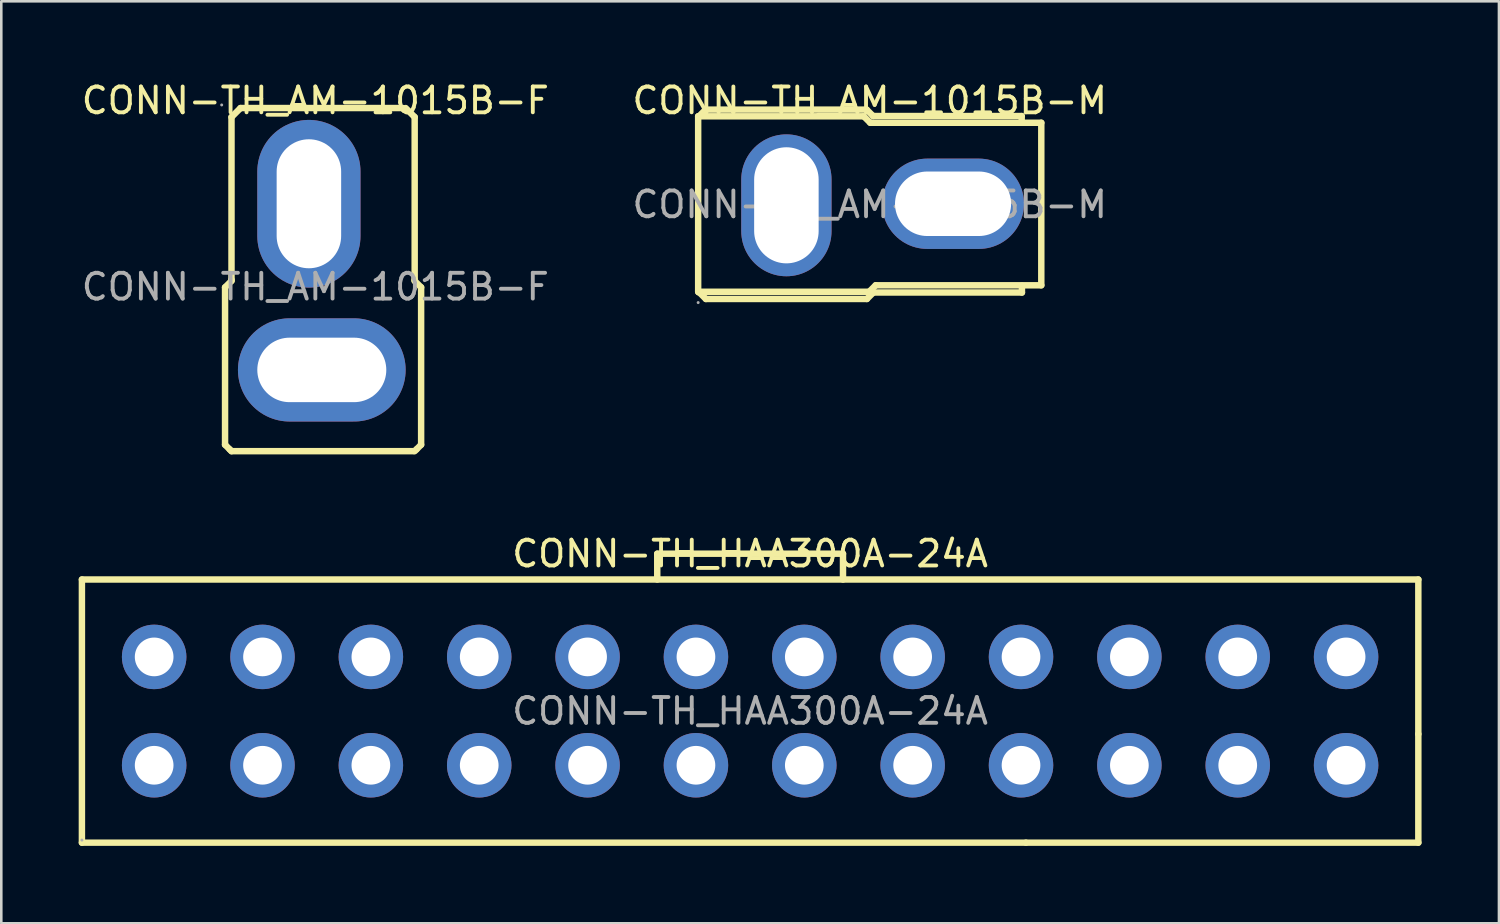
<source format=kicad_pcb>
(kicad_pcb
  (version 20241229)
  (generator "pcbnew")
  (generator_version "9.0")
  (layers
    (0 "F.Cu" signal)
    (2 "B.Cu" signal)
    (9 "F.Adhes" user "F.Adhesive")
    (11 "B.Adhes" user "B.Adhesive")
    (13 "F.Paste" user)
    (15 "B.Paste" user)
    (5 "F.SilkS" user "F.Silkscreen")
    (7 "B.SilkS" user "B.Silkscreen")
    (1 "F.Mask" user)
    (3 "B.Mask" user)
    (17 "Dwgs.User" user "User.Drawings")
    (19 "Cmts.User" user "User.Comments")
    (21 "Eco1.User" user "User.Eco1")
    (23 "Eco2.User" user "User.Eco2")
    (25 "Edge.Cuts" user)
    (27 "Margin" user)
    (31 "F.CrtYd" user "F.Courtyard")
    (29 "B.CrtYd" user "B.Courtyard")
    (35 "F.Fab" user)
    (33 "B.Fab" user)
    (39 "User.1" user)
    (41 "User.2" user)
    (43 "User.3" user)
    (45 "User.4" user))
  (footprint "CONN-TH_HAA300A-24A"
    (layer "F.Cu")
    (at 26.025 24.512)
    (property "Reference" "CONN-TH_HAA300A-24A" (at 0 -6.1 0) (layer "F.SilkS") (effects (font (size 1 1) (thickness 0.15))))
    (attr through_hole)
    (fp_line (start -25.9 -5.1) (end 25.9 -5.1) (stroke (width 0.25) (type solid)) (layer "F.SilkS"))
    (fp_line (start -25.9 5.1) (end -25.9 -5.1) (stroke (width 0.25) (type solid)) (layer "F.SilkS"))
    (fp_line (start -3.6 -6.1) (end 3.6 -6.1) (stroke (width 0.25) (type solid)) (layer "F.SilkS"))
    (fp_line (start -3.6 -5.1) (end -3.6 -6.1) (stroke (width 0.25) (type solid)) (layer "F.SilkS"))
    (fp_line (start 3.6 -6.1) (end 3.6 -5.1) (stroke (width 0.25) (type solid)) (layer "F.SilkS"))
    (fp_line (start 10.69 5.1) (end -25.9 5.1) (stroke (width 0.25) (type solid)) (layer "F.SilkS"))
    (fp_line (start 25.9 -5.1) (end 25.9 0.89) (stroke (width 0.25) (type solid)) (layer "F.SilkS"))
    (fp_line (start 25.9 0.89) (end 25.9 5.1) (stroke (width 0.25) (type solid)) (layer "F.SilkS"))
    (fp_line (start 25.9 5.1) (end 10.69 5.1) (stroke (width 0.25) (type solid)) (layer "F.SilkS"))
    (fp_circle (center -25.9 5) (end -25.87 5) (stroke (width 0.06) (type solid)) (fill no) (layer "F.Fab"))
    (fp_text user "${REFERENCE}" (at 0 0 0) (layer "F.Fab") (effects (font (size 1 1) (thickness 0.15))))
    (pad "1" thru_hole circle (at -23.1 2.1) (size 2.5 2.5) (drill 1.5) (layers "*.Cu" "*.Paste" "*.Mask"))
    (pad "2" thru_hole circle (at -23.1 -2.1) (size 2.5 2.5) (drill 1.5) (layers "*.Cu" "*.Paste" "*.Mask"))
    (pad "3" thru_hole circle (at -18.9 2.1) (size 2.5 2.5) (drill 1.5) (layers "*.Cu" "*.Paste" "*.Mask"))
    (pad "4" thru_hole circle (at -18.9 -2.1) (size 2.5 2.5) (drill 1.5) (layers "*.Cu" "*.Paste" "*.Mask"))
    (pad "5" thru_hole circle (at -14.7 2.1) (size 2.5 2.5) (drill 1.5) (layers "*.Cu" "*.Paste" "*.Mask"))
    (pad "6" thru_hole circle (at -14.7 -2.1) (size 2.5 2.5) (drill 1.5) (layers "*.Cu" "*.Paste" "*.Mask"))
    (pad "7" thru_hole circle (at -10.5 2.1) (size 2.5 2.5) (drill 1.5) (layers "*.Cu" "*.Paste" "*.Mask"))
    (pad "8" thru_hole circle (at -10.5 -2.1) (size 2.5 2.5) (drill 1.5) (layers "*.Cu" "*.Paste" "*.Mask"))
    (pad "9" thru_hole circle (at -6.3 2.1) (size 2.5 2.5) (drill 1.5) (layers "*.Cu" "*.Paste" "*.Mask"))
    (pad "10" thru_hole circle (at -6.3 -2.1) (size 2.5 2.5) (drill 1.5) (layers "*.Cu" "*.Paste" "*.Mask"))
    (pad "11" thru_hole circle (at -2.1 2.1) (size 2.5 2.5) (drill 1.5) (layers "*.Cu" "*.Paste" "*.Mask"))
    (pad "12" thru_hole circle (at -2.1 -2.1) (size 2.5 2.5) (drill 1.5) (layers "*.Cu" "*.Paste" "*.Mask"))
    (pad "13" thru_hole circle (at 2.1 2.1) (size 2.5 2.5) (drill 1.5) (layers "*.Cu" "*.Paste" "*.Mask"))
    (pad "14" thru_hole circle (at 2.1 -2.1) (size 2.5 2.5) (drill 1.5) (layers "*.Cu" "*.Paste" "*.Mask"))
    (pad "15" thru_hole circle (at 6.3 2.1) (size 2.5 2.5) (drill 1.5) (layers "*.Cu" "*.Paste" "*.Mask"))
    (pad "16" thru_hole circle (at 6.3 -2.1) (size 2.5 2.5) (drill 1.5) (layers "*.Cu" "*.Paste" "*.Mask"))
    (pad "17" thru_hole circle (at 10.5 2.1) (size 2.5 2.5) (drill 1.5) (layers "*.Cu" "*.Paste" "*.Mask"))
    (pad "18" thru_hole circle (at 10.5 -2.1) (size 2.5 2.5) (drill 1.5) (layers "*.Cu" "*.Paste" "*.Mask"))
    (pad "19" thru_hole circle (at 14.7 2.1) (size 2.5 2.5) (drill 1.5) (layers "*.Cu" "*.Paste" "*.Mask"))
    (pad "20" thru_hole circle (at 14.7 -2.1) (size 2.5 2.5) (drill 1.5) (layers "*.Cu" "*.Paste" "*.Mask"))
    (pad "21" thru_hole circle (at 18.9 2.1) (size 2.5 2.5) (drill 1.5) (layers "*.Cu" "*.Paste" "*.Mask"))
    (pad "22" thru_hole circle (at 18.9 -2.1) (size 2.5 2.5) (drill 1.5) (layers "*.Cu" "*.Paste" "*.Mask"))
    (pad "23" thru_hole circle (at 23.1 2.1) (size 2.5 2.5) (drill 1.5) (layers "*.Cu" "*.Paste" "*.Mask"))
    (pad "24" thru_hole circle (at 23.1 -2.1) (size 2.5 2.5) (drill 1.5) (layers "*.Cu" "*.Paste" "*.Mask")))
  (footprint "CONN-TH_AM-1015B-F"
    (layer "F.Cu")
    (at 9.173 8.068)
    (property "Reference" "CONN-TH_AM-1015B-F" (at 0 -7.22 0) (layer "F.SilkS") (effects (font (size 1 1) (thickness 0.15))))
    (attr through_hole)
    (fp_line (start -3.5 0.02) (end -3.5 6.12) (stroke (width 0.25) (type solid)) (layer "F.SilkS"))
    (fp_line (start -3.5 6.12) (end -3.32 6.3) (stroke (width 0.25) (type solid)) (layer "F.SilkS"))
    (fp_line (start -3.32 6.3) (end -3.25 6.37) (stroke (width 0.25) (type solid)) (layer "F.SilkS"))
    (fp_line (start -3.25 -6.58) (end -2.9 -6.93) (stroke (width 0.25) (type solid)) (layer "F.SilkS"))
    (fp_line (start -3.25 -0.28) (end -3.25 -6.58) (stroke (width 0.25) (type solid)) (layer "F.SilkS"))
    (fp_line (start -3.25 -0.28) (end -3.25 -0.23) (stroke (width 0.25) (type solid)) (layer "F.SilkS"))
    (fp_line (start -3.25 -0.23) (end -3.5 0.02) (stroke (width 0.25) (type solid)) (layer "F.SilkS"))
    (fp_line (start -3.25 6.37) (end 3.8 6.37) (stroke (width 0.25) (type solid)) (layer "F.SilkS"))
    (fp_line (start -2.9 -6.93) (end 3.4 -6.93) (stroke (width 0.25) (type solid)) (layer "F.SilkS"))
    (fp_line (start 3.85 -6.58) (end 3.5 -6.93) (stroke (width 0.25) (type solid)) (layer "F.SilkS"))
    (fp_line (start 3.85 -0.28) (end 3.85 -6.58) (stroke (width 0.25) (type solid)) (layer "F.SilkS"))
    (fp_line (start 3.85 -0.28) (end 3.85 -0.23) (stroke (width 0.25) (type solid)) (layer "F.SilkS"))
    (fp_line (start 3.85 -0.23) (end 4.1 0.02) (stroke (width 0.25) (type solid)) (layer "F.SilkS"))
    (fp_line (start 3.92 6.3) (end 3.85 6.37) (stroke (width 0.25) (type solid)) (layer "F.SilkS"))
    (fp_line (start 4.1 0.02) (end 4.1 6.12) (stroke (width 0.25) (type solid)) (layer "F.SilkS"))
    (fp_line (start 4.1 6.12) (end 3.92 6.3) (stroke (width 0.25) (type solid)) (layer "F.SilkS"))
    (fp_circle (center -3.63 -7.05) (end -3.6 -7.05) (stroke (width 0.06) (type solid)) (fill no) (layer "F.Fab"))
    (fp_text user "${REFERENCE}" (at 0 0 0) (layer "F.Fab") (effects (font (size 1 1) (thickness 0.15))))
    (pad "1" thru_hole oval (at -0.25 -3.22) (size 4 6.5) (drill oval 2.5 5) (layers "*.Cu" "*.Paste" "*.Mask"))
    (pad "2" thru_hole oval (at 0.25 3.22 90) (size 4 6.5) (drill oval 2.5 5) (layers "*.Cu" "*.Paste" "*.Mask")))
  (footprint "CONN-TH_AM-1015B-M"
    (layer "F.Cu")
    (at 30.661 4.878)
    (property "Reference" "CONN-TH_AM-1015B-M" (at 0 -4.03 0) (layer "F.SilkS") (effects (font (size 1 1) (thickness 0.15))))
    (attr through_hole)
    (fp_line (start -6.65 -3.42) (end -6.62 -3.42) (stroke (width 0.25) (type solid)) (layer "F.SilkS"))
    (fp_line (start -6.65 -3.42) (end -0.23 -3.42) (stroke (width 0.25) (type solid)) (layer "F.SilkS"))
    (fp_line (start -6.65 -3.4) (end -6.65 3.36) (stroke (width 0.25) (type solid)) (layer "F.SilkS"))
    (fp_line (start -6.64 3.4) (end -6.61 3.4) (stroke (width 0.25) (type solid)) (layer "F.SilkS"))
    (fp_line (start -6.62 -3.42) (end -6.36 -3.68) (stroke (width 0.25) (type solid)) (layer "F.SilkS"))
    (fp_line (start -6.61 3.4) (end -6.35 3.66) (stroke (width 0.25) (type solid)) (layer "F.SilkS"))
    (fp_line (start -6.36 -3.68) (end -0.12 -3.68) (stroke (width 0.25) (type solid)) (layer "F.SilkS"))
    (fp_line (start -6.35 3.66) (end -0.11 3.66) (stroke (width 0.25) (type solid)) (layer "F.SilkS"))
    (fp_line (start -0.23 -3.42) (end 0.02 -3.17) (stroke (width 0.25) (type solid)) (layer "F.SilkS"))
    (fp_line (start -0.12 -3.68) (end 0.13 -3.43) (stroke (width 0.25) (type solid)) (layer "F.SilkS"))
    (fp_line (start -0.11 3.66) (end 0.14 3.41) (stroke (width 0.25) (type solid)) (layer "F.SilkS"))
    (fp_line (start -0.02 3.38) (end -6.65 3.38) (stroke (width 0.25) (type solid)) (layer "F.SilkS"))
    (fp_line (start 0.02 -3.17) (end 6.65 -3.17) (stroke (width 0.25) (type solid)) (layer "F.SilkS"))
    (fp_line (start 0.13 -3.43) (end 5.89 -3.43) (stroke (width 0.25) (type solid)) (layer "F.SilkS"))
    (fp_line (start 0.14 3.41) (end 5.9 3.41) (stroke (width 0.25) (type solid)) (layer "F.SilkS"))
    (fp_line (start 0.23 3.13) (end -0.02 3.38) (stroke (width 0.25) (type solid)) (layer "F.SilkS"))
    (fp_line (start 5.89 -3.43) (end 5.89 -3.17) (stroke (width 0.25) (type solid)) (layer "F.SilkS"))
    (fp_line (start 5.9 3.41) (end 5.9 3.15) (stroke (width 0.25) (type solid)) (layer "F.SilkS"))
    (fp_line (start 6.65 -3.17) (end 6.65 3.13) (stroke (width 0.25) (type solid)) (layer "F.SilkS"))
    (fp_line (start 6.65 3.13) (end 0.23 3.13) (stroke (width 0.25) (type solid)) (layer "F.SilkS"))
    (fp_circle (center -6.65 3.8) (end -6.62 3.8) (stroke (width 0.06) (type solid)) (fill no) (layer "F.Fab"))
    (fp_text user "${REFERENCE}" (at 0 0 0) (layer "F.Fab") (effects (font (size 1 1) (thickness 0.15))))
    (pad "1" thru_hole oval (at -3.23 0.03) (size 3.5 5.5) (drill oval 2.5 4.5) (layers "*.Cu" "*.Paste" "*.Mask"))
    (pad "2" thru_hole oval (at 3.23 -0.03 90) (size 3.5 5.5) (drill oval 2.5 4.5) (layers "*.Cu" "*.Paste" "*.Mask")))
  (gr_rect
    (start -3 -3)
    (end 55.05 32.736)
    (stroke (width 0.1) (type default))
    (fill no)
    (layer "Edge.Cuts")))
</source>
